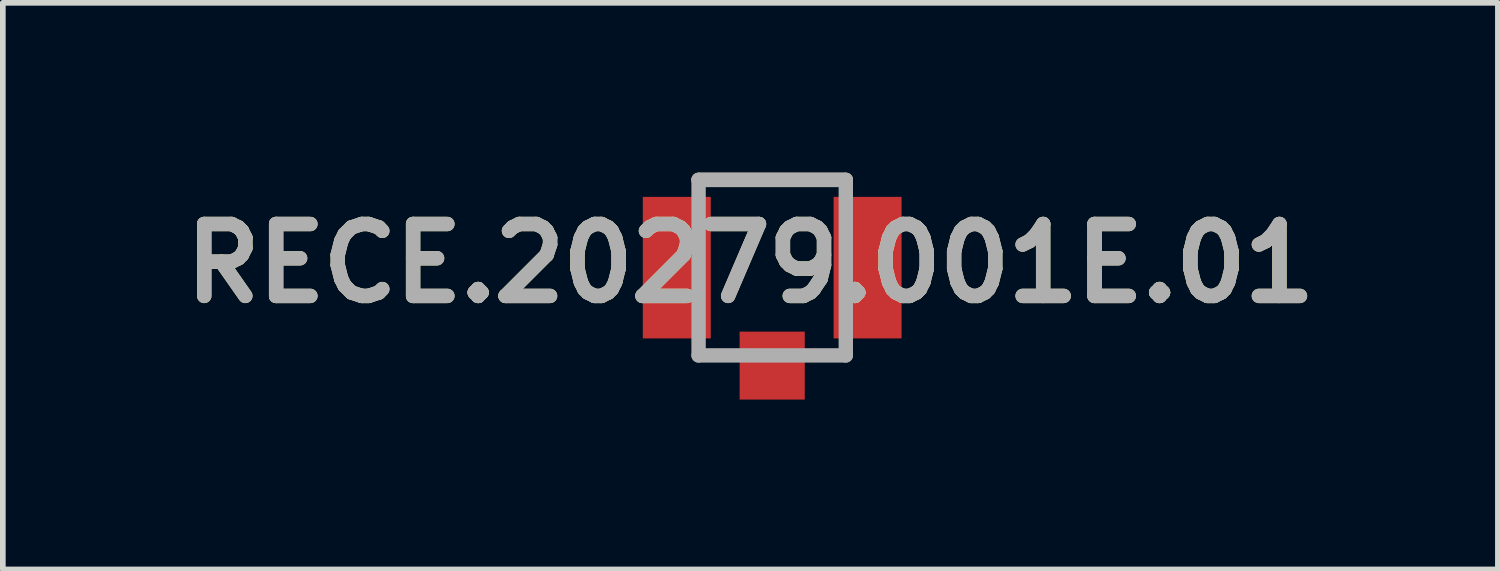
<source format=kicad_pcb>
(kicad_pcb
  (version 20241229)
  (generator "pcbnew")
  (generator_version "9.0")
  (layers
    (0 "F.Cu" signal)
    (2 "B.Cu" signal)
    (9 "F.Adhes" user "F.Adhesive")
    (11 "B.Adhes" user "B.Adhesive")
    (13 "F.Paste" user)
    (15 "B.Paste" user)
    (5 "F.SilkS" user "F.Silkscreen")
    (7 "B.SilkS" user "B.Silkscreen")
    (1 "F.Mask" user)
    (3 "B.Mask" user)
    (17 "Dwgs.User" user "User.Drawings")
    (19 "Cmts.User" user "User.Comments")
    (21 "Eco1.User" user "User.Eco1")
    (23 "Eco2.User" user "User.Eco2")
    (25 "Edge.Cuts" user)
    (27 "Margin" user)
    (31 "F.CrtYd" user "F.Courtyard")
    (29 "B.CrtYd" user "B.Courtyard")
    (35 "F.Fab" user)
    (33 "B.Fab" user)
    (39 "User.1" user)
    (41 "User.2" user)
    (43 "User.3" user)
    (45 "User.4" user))
  (footprint "RECE.20279.001E.01"
    (layer "F.Cu")
    (at 10.588 1.677)
    (property "Reference" "RECE.20279.001E.01" (at -0.385 -0.075 0) (layer "F.SilkS") (effects (font (size 1.27 1.27) (thickness 0.254))))
    (attr smd)
    (fp_line (start -1.3 -1.55) (end 1.3 -1.55) (stroke (width 0.254) (type solid)) (layer "F.SilkS"))
    (fp_line (start -1.3 -1.55) (end 1.3 -1.55) (stroke (width 0.254) (type solid)) (layer "F.Fab"))
    (fp_line (start -1.3 1.55) (end -1.3 -1.55) (stroke (width 0.254) (type solid)) (layer "F.Fab"))
    (fp_line (start 1.3 -1.55) (end 1.3 1.55) (stroke (width 0.254) (type solid)) (layer "F.Fab"))
    (fp_line (start 1.3 1.55) (end -1.3 1.55) (stroke (width 0.254) (type solid)) (layer "F.Fab"))
    (fp_text user "${REFERENCE}" (at -0.385 -0.075 0) (layer "F.Fab") (effects (font (size 1.27 1.27) (thickness 0.254))))
    (pad "1" smd rect (at -1.685 0) (size 1.2 2.5) (layers "F.Cu" "F.Mask" "F.Paste"))
    (pad "2" smd rect (at 1.685 0) (size 1.2 2.5) (layers "F.Cu" "F.Mask" "F.Paste"))
    (pad "3" smd rect (at 0 1.73) (size 1.15 1.2) (layers "F.Cu" "F.Mask" "F.Paste")))
  (gr_rect
    (start -3 -3)
    (end 23.405 7.007)
    (stroke (width 0.1) (type default))
    (fill no)
    (layer "Edge.Cuts")))
</source>
